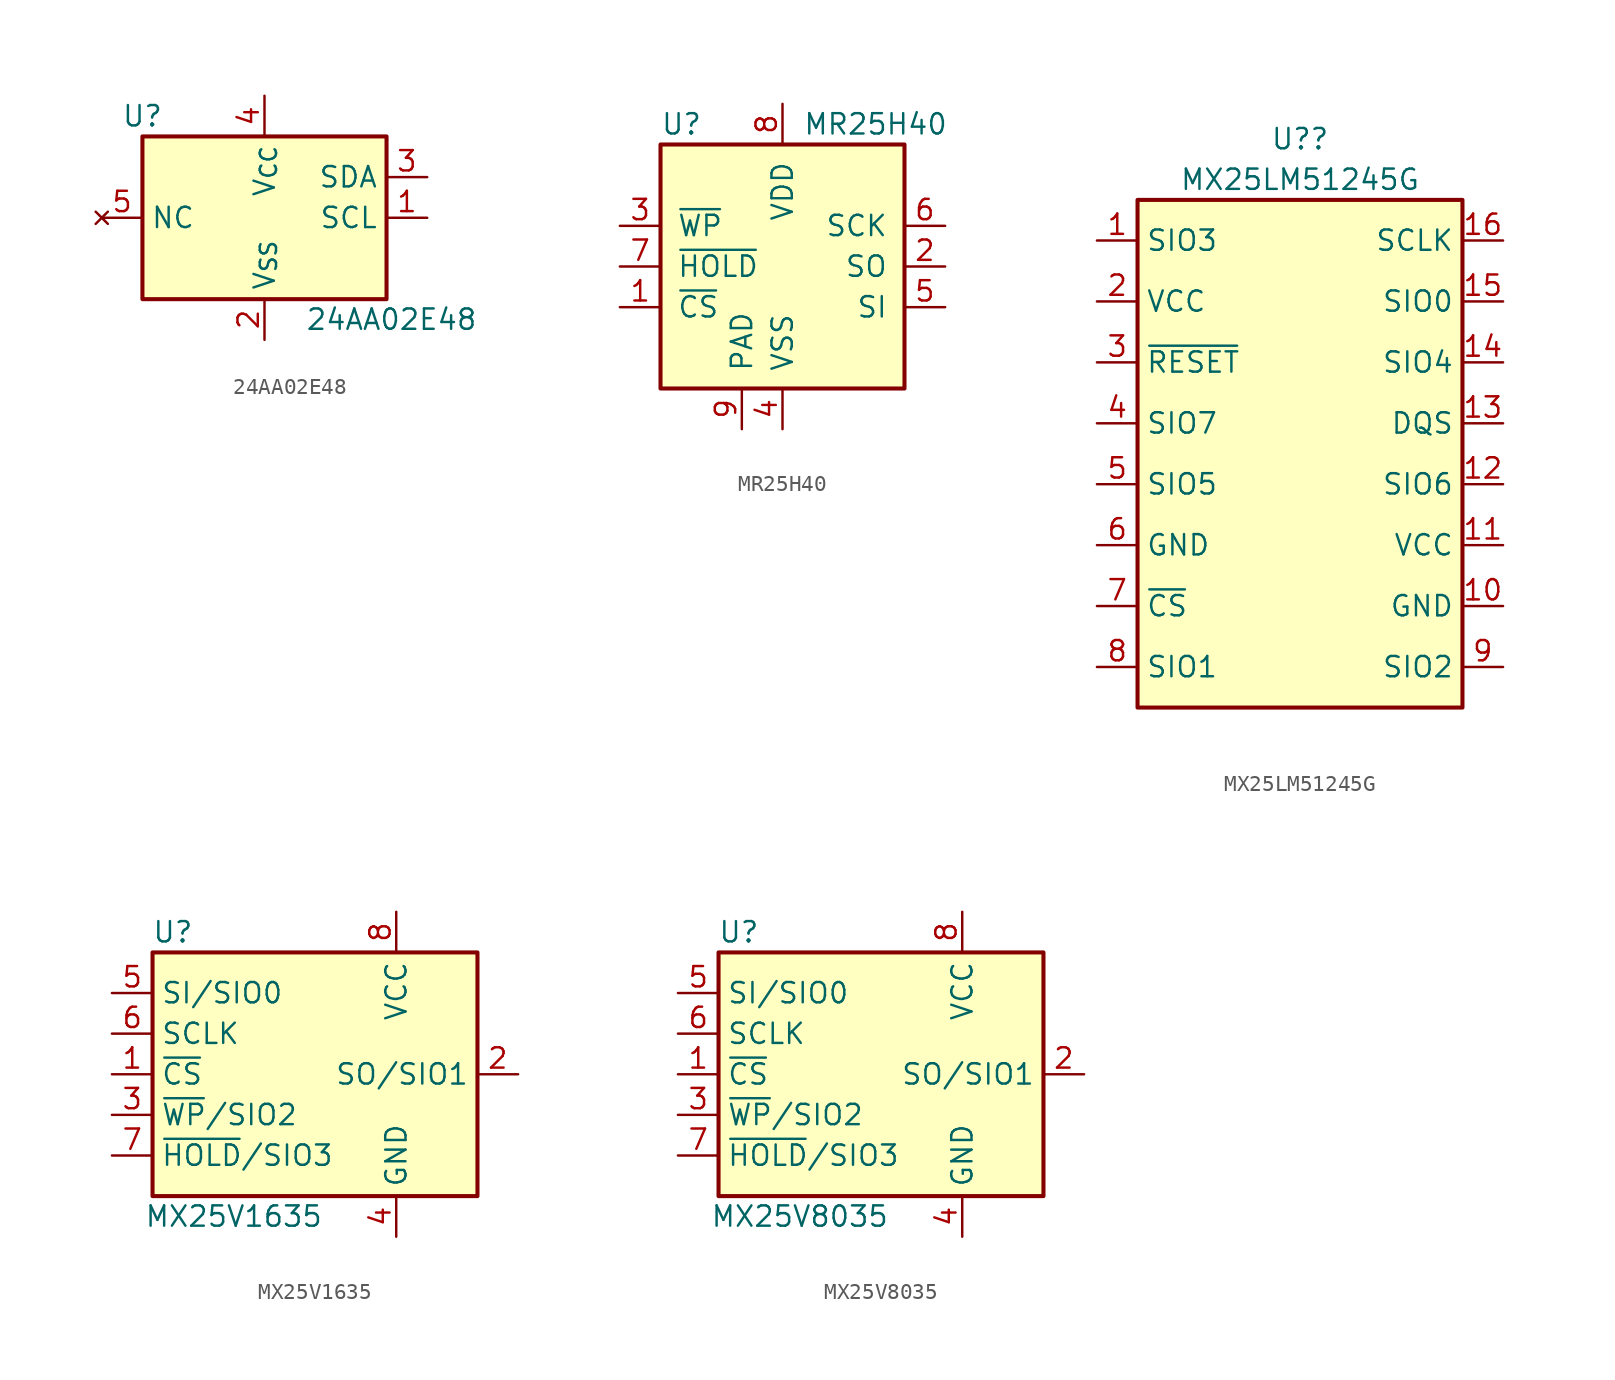
<source format=kicad_sym>
(kicad_symbol_lib
  (version 20231120)
  (generator "kicad_symbol_editor")
  (generator_version "8.0")
  (symbol "24AA02E48"
    (property "Reference" "U"
      (at -7.62 6.35 0)
      (effects (font (size 1.27 1.27))))
    (property "Value" "24AA02E48"
      (at 2.54 -6.35 0)
      (effects (font (size 1.27 1.27)) (justify left)))
    (symbol "24AA02E48_1_1"
      (rectangle (start -7.62 5.08) (end 7.62 -5.08) (stroke (width 0.254) (type default)) (fill (type background)))
      (pin input line (at 10.16 0 180) (length 2.54) (name "SCL" (effects (font (size 1.27 1.27)))) (number "1" (effects (font (size 1.27 1.27)))))
      (pin power_in line (at 0 -7.62 90) (length 2.54) (name "V_{SS}" (effects (font (size 1.27 1.27)))) (number "2" (effects (font (size 1.27 1.27)))))
      (pin bidirectional line (at 10.16 2.54 180) (length 2.54) (name "SDA" (effects (font (size 1.27 1.27)))) (number "3" (effects (font (size 1.27 1.27)))))
      (pin power_in line (at 0 7.62 270) (length 2.54) (name "V_{CC}" (effects (font (size 1.27 1.27)))) (number "4" (effects (font (size 1.27 1.27)))))
      (pin no_connect line (at -10.16 0 0) (length 2.54) (name "NC" (effects (font (size 1.27 1.27)))) (number "5" (effects (font (size 1.27 1.27)))))))
  (symbol "MR25H40"
    (pin_names
      (offset 1.016))
    (property "Reference" "U"
      (at -7.62 8.89 0)
      (effects (font (size 1.27 1.27)) (justify left)))
    (property "Value" "MR25H40"
      (at 1.27 8.89 0)
      (effects (font (size 1.27 1.27)) (justify left)))
    (symbol "MR25H40_0_1"
      (rectangle (start -7.62 7.62) (end 7.62 -7.62) (stroke (width 0.254) (type default)) (fill (type background))))
    (symbol "MR25H40_1_1"
      (pin input line (at -10.16 -2.54 0) (length 2.54) (name "~{CS}" (effects (font (size 1.27 1.27)))) (number "1" (effects (font (size 1.27 1.27)))))
      (pin output line (at 10.16 0 180) (length 2.54) (name "SO" (effects (font (size 1.27 1.27)))) (number "2" (effects (font (size 1.27 1.27)))))
      (pin input line (at -10.16 2.54 0) (length 2.54) (name "~{WP}" (effects (font (size 1.27 1.27)))) (number "3" (effects (font (size 1.27 1.27)))))
      (pin power_in line (at 0 -10.16 90) (length 2.54) (name "VSS" (effects (font (size 1.27 1.27)))) (number "4" (effects (font (size 1.27 1.27)))))
      (pin input line (at 10.16 -2.54 180) (length 2.54) (name "SI" (effects (font (size 1.27 1.27)))) (number "5" (effects (font (size 1.27 1.27)))))
      (pin input line (at 10.16 2.54 180) (length 2.54) (name "SCK" (effects (font (size 1.27 1.27)))) (number "6" (effects (font (size 1.27 1.27)))))
      (pin input line (at -10.16 0 0) (length 2.54) (name "~{HOLD}" (effects (font (size 1.27 1.27)))) (number "7" (effects (font (size 1.27 1.27)))))
      (pin power_in line (at 0 10.16 270) (length 2.54) (name "VDD" (effects (font (size 1.27 1.27)))) (number "8" (effects (font (size 1.27 1.27)))))
      (pin power_in line (at -2.54 -10.16 90) (length 2.54) (name "PAD" (effects (font (size 1.27 1.27)))) (number "9" (effects (font (size 1.27 1.27)))))))
  (symbol "MX25LM51245G"
    (property "Reference" "U?"
      (at 0 20.32 0)
      (effects (font (size 1.27 1.27))))
    (property "Value" "MX25LM51245G"
      (at 0 17.78 0)
      (effects (font (size 1.27 1.27))))
    (symbol "MX25LM51245G_1_1"
      (rectangle (start -10.16 16.51) (end 10.16 -15.24) (stroke (width 0.254) (type default)) (fill (type background)))
      (pin bidirectional line (at -12.7 13.97 0) (length 2.54) (name "SIO3" (effects (font (size 1.27 1.27)))) (number "1" (effects (font (size 1.27 1.27)))))
      (pin power_in line (at 12.7 -8.89 180) (length 2.54) (name "GND" (effects (font (size 1.27 1.27)))) (number "10" (effects (font (size 1.27 1.27)))))
      (pin power_in line (at 12.7 -5.08 180) (length 2.54) (name "VCC" (effects (font (size 1.27 1.27)))) (number "11" (effects (font (size 1.27 1.27)))))
      (pin bidirectional line (at 12.7 -1.27 180) (length 2.54) (name "SIO6" (effects (font (size 1.27 1.27)))) (number "12" (effects (font (size 1.27 1.27)))))
      (pin input line (at 12.7 2.54 180) (length 2.54) (name "DQS" (effects (font (size 1.27 1.27)))) (number "13" (effects (font (size 1.27 1.27)))))
      (pin bidirectional line (at 12.7 6.35 180) (length 2.54) (name "SIO4" (effects (font (size 1.27 1.27)))) (number "14" (effects (font (size 1.27 1.27)))))
      (pin bidirectional line (at 12.7 10.16 180) (length 2.54) (name "SIO0" (effects (font (size 1.27 1.27)))) (number "15" (effects (font (size 1.27 1.27)))))
      (pin input line (at 12.7 13.97 180) (length 2.54) (name "SCLK" (effects (font (size 1.27 1.27)))) (number "16" (effects (font (size 1.27 1.27)))))
      (pin power_in line (at -12.7 10.16 0) (length 2.54) (name "VCC" (effects (font (size 1.27 1.27)))) (number "2" (effects (font (size 1.27 1.27)))))
      (pin input line (at -12.7 6.35 0) (length 2.54) (name "~{RESET}" (effects (font (size 1.27 1.27)))) (number "3" (effects (font (size 1.27 1.27)))))
      (pin bidirectional line (at -12.7 2.54 0) (length 2.54) (name "SIO7" (effects (font (size 1.27 1.27)))) (number "4" (effects (font (size 1.27 1.27)))))
      (pin bidirectional line (at -12.7 -1.27 0) (length 2.54) (name "SIO5" (effects (font (size 1.27 1.27)))) (number "5" (effects (font (size 1.27 1.27)))))
      (pin power_in line (at -12.7 -5.08 0) (length 2.54) (name "GND" (effects (font (size 1.27 1.27)))) (number "6" (effects (font (size 1.27 1.27)))))
      (pin bidirectional line (at -12.7 -8.89 0) (length 2.54) (name "~{CS}" (effects (font (size 1.27 1.27)))) (number "7" (effects (font (size 1.27 1.27)))))
      (pin bidirectional line (at -12.7 -12.7 0) (length 2.54) (name "SIO1" (effects (font (size 1.27 1.27)))) (number "8" (effects (font (size 1.27 1.27)))))
      (pin bidirectional line (at 12.7 -12.7 180) (length 2.54) (name "SIO2" (effects (font (size 1.27 1.27)))) (number "9" (effects (font (size 1.27 1.27)))))))
  (symbol "MX25V1635"
    (property "Reference" "U"
      (at -8.89 8.89 0)
      (effects (font (size 1.27 1.27))))
    (property "Value" "MX25V1635"
      (at -5.08 -8.89 0)
      (effects (font (size 1.27 1.27))))
    (symbol "MX25V1635_1_1"
      (rectangle (start -10.16 7.62) (end 10.16 -7.62) (stroke (width 0.254) (type default)) (fill (type background)))
      (pin input line (at -12.7 0 0) (length 2.54) (name "~{CS}" (effects (font (size 1.27 1.27)))) (number "1" (effects (font (size 1.27 1.27)))))
      (pin bidirectional line (at 12.7 0 180) (length 2.54) (name "SO/SIO1" (effects (font (size 1.27 1.27)))) (number "2" (effects (font (size 1.27 1.27)))))
      (pin bidirectional line (at -12.7 -2.54 0) (length 2.54) (name "~{WP}/SIO2" (effects (font (size 1.27 1.27)))) (number "3" (effects (font (size 1.27 1.27)))))
      (pin power_in line (at 5.08 -10.16 90) (length 2.54) (name "GND" (effects (font (size 1.27 1.27)))) (number "4" (effects (font (size 1.27 1.27)))))
      (pin bidirectional line (at -12.7 5.08 0) (length 2.54) (name "SI/SIO0" (effects (font (size 1.27 1.27)))) (number "5" (effects (font (size 1.27 1.27)))))
      (pin input line (at -12.7 2.54 0) (length 2.54) (name "SCLK" (effects (font (size 1.27 1.27)))) (number "6" (effects (font (size 1.27 1.27)))))
      (pin bidirectional line (at -12.7 -5.08 0) (length 2.54) (name "~{HOLD}/SIO3" (effects (font (size 1.27 1.27)))) (number "7" (effects (font (size 1.27 1.27)))))
      (pin power_in line (at 5.08 10.16 270) (length 2.54) (name "VCC" (effects (font (size 1.27 1.27)))) (number "8" (effects (font (size 1.27 1.27)))))))
  (symbol "MX25V8035"
    (property "Reference" "U"
      (at -8.89 8.89 0)
      (effects (font (size 1.27 1.27))))
    (property "Value" "MX25V8035"
      (at -5.08 -8.89 0)
      (effects (font (size 1.27 1.27))))
    (symbol "MX25V8035_1_1"
      (rectangle (start -10.16 7.62) (end 10.16 -7.62) (stroke (width 0.254) (type default)) (fill (type background)))
      (pin input line (at -12.7 0 0) (length 2.54) (name "~{CS}" (effects (font (size 1.27 1.27)))) (number "1" (effects (font (size 1.27 1.27)))))
      (pin bidirectional line (at 12.7 0 180) (length 2.54) (name "SO/SIO1" (effects (font (size 1.27 1.27)))) (number "2" (effects (font (size 1.27 1.27)))))
      (pin bidirectional line (at -12.7 -2.54 0) (length 2.54) (name "~{WP}/SIO2" (effects (font (size 1.27 1.27)))) (number "3" (effects (font (size 1.27 1.27)))))
      (pin power_in line (at 5.08 -10.16 90) (length 2.54) (name "GND" (effects (font (size 1.27 1.27)))) (number "4" (effects (font (size 1.27 1.27)))))
      (pin bidirectional line (at -12.7 5.08 0) (length 2.54) (name "SI/SIO0" (effects (font (size 1.27 1.27)))) (number "5" (effects (font (size 1.27 1.27)))))
      (pin input line (at -12.7 2.54 0) (length 2.54) (name "SCLK" (effects (font (size 1.27 1.27)))) (number "6" (effects (font (size 1.27 1.27)))))
      (pin bidirectional line (at -12.7 -5.08 0) (length 2.54) (name "~{HOLD}/SIO3" (effects (font (size 1.27 1.27)))) (number "7" (effects (font (size 1.27 1.27)))))
      (pin power_in line (at 5.08 10.16 270) (length 2.54) (name "VCC" (effects (font (size 1.27 1.27)))) (number "8" (effects (font (size 1.27 1.27))))))))
</source>
